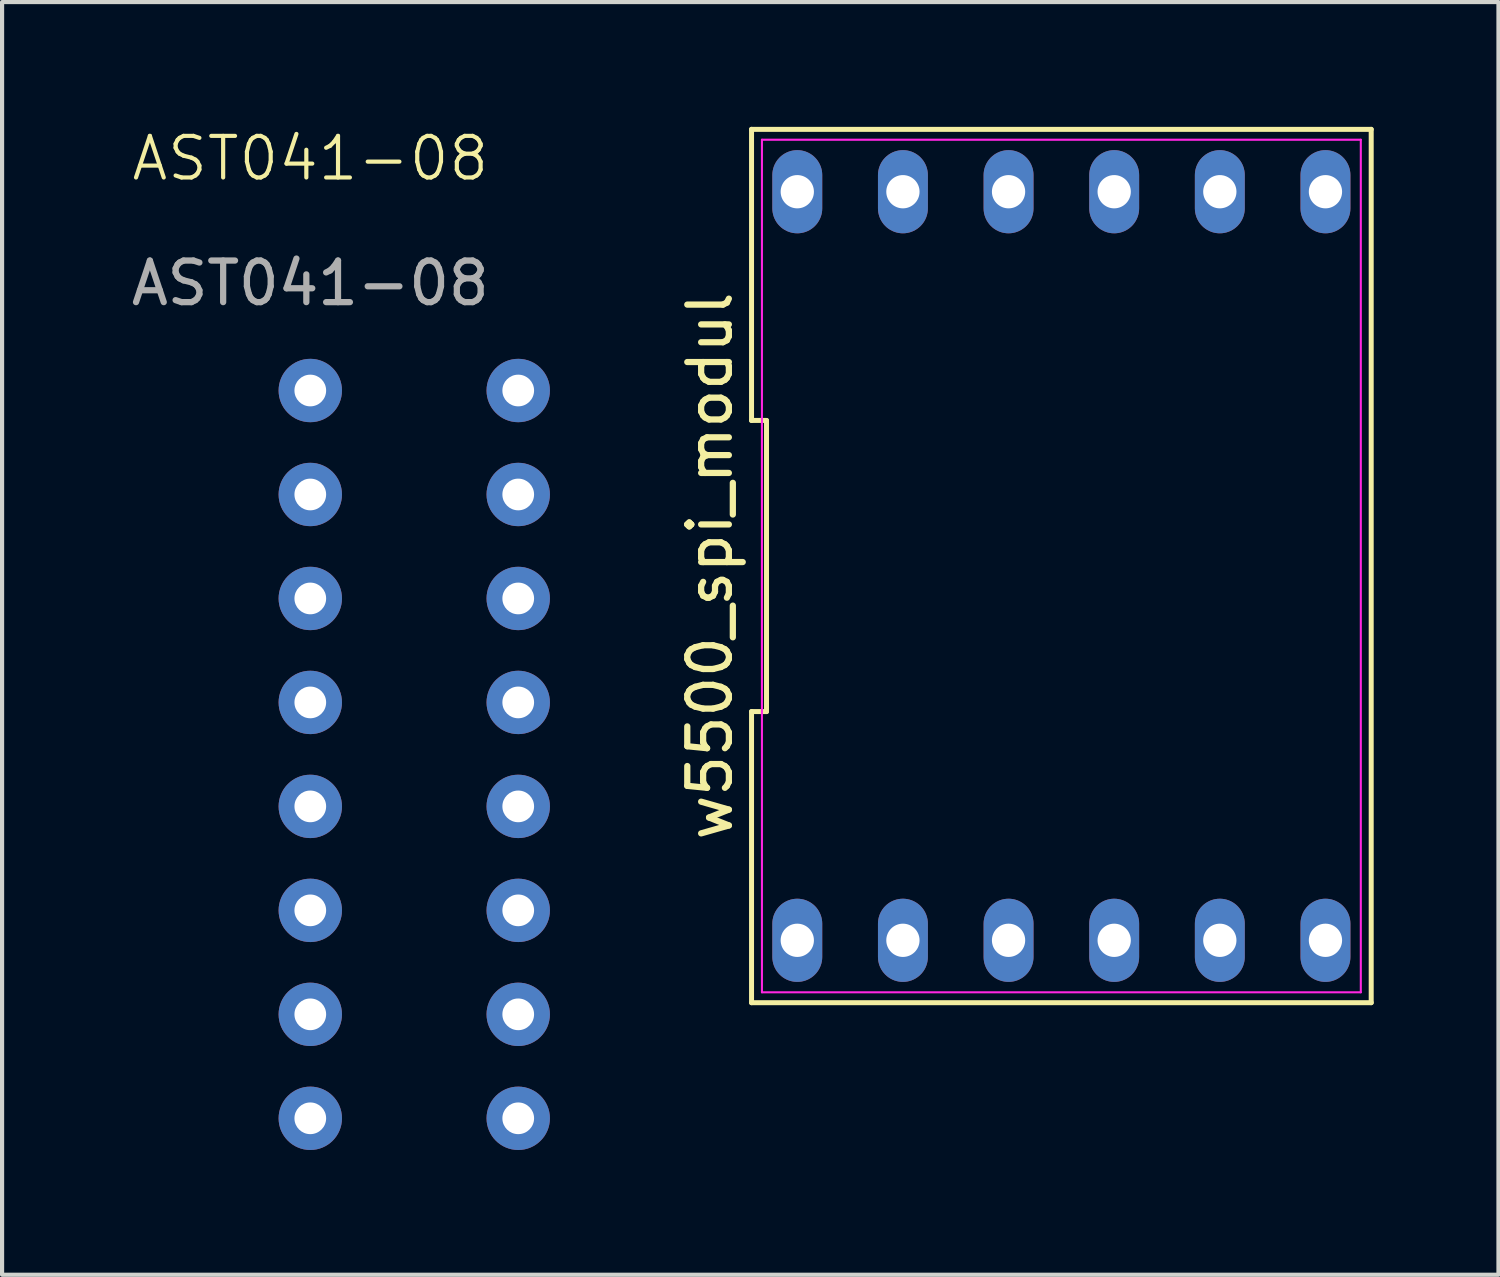
<source format=kicad_pcb>
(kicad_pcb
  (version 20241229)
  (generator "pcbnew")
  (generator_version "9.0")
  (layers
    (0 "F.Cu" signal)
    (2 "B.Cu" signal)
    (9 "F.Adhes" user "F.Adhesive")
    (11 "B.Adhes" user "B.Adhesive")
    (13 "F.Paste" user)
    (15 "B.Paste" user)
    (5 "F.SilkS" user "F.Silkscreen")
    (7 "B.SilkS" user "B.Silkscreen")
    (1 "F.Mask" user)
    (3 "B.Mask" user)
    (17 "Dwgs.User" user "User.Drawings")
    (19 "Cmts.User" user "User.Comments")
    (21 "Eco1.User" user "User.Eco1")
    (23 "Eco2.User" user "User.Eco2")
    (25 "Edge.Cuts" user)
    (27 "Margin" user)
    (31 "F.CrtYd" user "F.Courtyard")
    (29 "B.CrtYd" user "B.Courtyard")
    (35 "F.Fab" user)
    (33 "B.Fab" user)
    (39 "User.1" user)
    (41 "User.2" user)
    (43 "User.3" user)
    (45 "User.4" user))
  (footprint "AST041-08"
    (layer "F.Cu")
    (at 4.411 6.34)
    (property "Reference" "AST041-08" (at 0 -5.58 0) (unlocked yes) (layer "F.SilkS") (effects (font (size 1 1) (thickness 0.1))))
    (attr through_hole)
    (fp_text user "${REFERENCE}" (at 0 -2.58 0) (unlocked yes) (layer "F.Fab") (effects (font (size 1 1) (thickness 0.15))))
    (pad "1" thru_hole circle (at 0 0) (size 1.524 1.524) (drill 0.762) (layers "*.Cu" "*.Mask"))
    (pad "2" thru_hole circle (at 0 2.5) (size 1.524 1.524) (drill 0.762) (layers "*.Cu" "*.Mask"))
    (pad "3" thru_hole circle (at 0 5) (size 1.524 1.524) (drill 0.762) (layers "*.Cu" "*.Mask"))
    (pad "4" thru_hole circle (at 0 7.5) (size 1.524 1.524) (drill 0.762) (layers "*.Cu" "*.Mask"))
    (pad "5" thru_hole circle (at 0 10) (size 1.524 1.524) (drill 0.762) (layers "*.Cu" "*.Mask"))
    (pad "6" thru_hole circle (at 0 12.5) (size 1.524 1.524) (drill 0.762) (layers "*.Cu" "*.Mask"))
    (pad "7" thru_hole circle (at 0 15) (size 1.524 1.524) (drill 0.762) (layers "*.Cu" "*.Mask"))
    (pad "8" thru_hole circle (at 0 17.5) (size 1.524 1.524) (drill 0.762) (layers "*.Cu" "*.Mask"))
    (pad "9" thru_hole circle (at 5 17.5) (size 1.524 1.524) (drill 0.762) (layers "*.Cu" "*.Mask"))
    (pad "10" thru_hole circle (at 5 15) (size 1.524 1.524) (drill 0.762) (layers "*.Cu" "*.Mask"))
    (pad "11" thru_hole circle (at 5 12.5) (size 1.524 1.524) (drill 0.762) (layers "*.Cu" "*.Mask"))
    (pad "12" thru_hole circle (at 5 10) (size 1.524 1.524) (drill 0.762) (layers "*.Cu" "*.Mask"))
    (pad "13" thru_hole circle (at 5 7.5) (size 1.524 1.524) (drill 0.762) (layers "*.Cu" "*.Mask"))
    (pad "14" thru_hole circle (at 5 5) (size 1.524 1.524) (drill 0.762) (layers "*.Cu" "*.Mask"))
    (pad "15" thru_hole circle (at 5 2.5) (size 1.524 1.524) (drill 0.762) (layers "*.Cu" "*.Mask"))
    (pad "16" thru_hole circle (at 5 0) (size 1.524 1.524) (drill 0.762) (layers "*.Cu" "*.Mask")))
  (footprint "w5500_spi_modul"
    (layer "F.Cu")
    (at 22.471 10.56)
    (property "Reference" "w5500_spi_modul" (at -8.45 0 90) (layer "F.SilkS") (effects (font (size 1 1) (thickness 0.15))))
    (fp_line (start -7.45 -3.5) (end -7.09 -3.5) (stroke (width 0.12) (type default)) (layer "F.SilkS"))
    (fp_line (start -7.45 3.5) (end -7.45 10.5) (stroke (width 0.12) (type default)) (layer "F.SilkS"))
    (fp_line (start -7.45 10.5) (end 7.45 10.5) (stroke (width 0.12) (type default)) (layer "F.SilkS"))
    (fp_line (start -7.45 -10.5) (end -7.45 -3.5) (stroke (width 0.12) (type default)) (layer "F.SilkS"))
    (fp_line (start -7.09 -3.5) (end -7.09 3.5) (stroke (width 0.12) (type default)) (layer "F.SilkS"))
    (fp_line (start -7.09 3.5) (end -7.45 3.5) (stroke (width 0.12) (type default)) (layer "F.SilkS"))
    (fp_line (start 7.45 10.5) (end 7.45 -10.5) (stroke (width 0.12) (type default)) (layer "F.SilkS"))
    (fp_line (start 7.45 -10.5) (end -7.45 -10.5) (stroke (width 0.12) (type default)) (layer "F.SilkS"))
    (fp_line (start -7.2 -10.25) (end 7.2 -10.25) (stroke (width 0.05) (type default)) (layer "F.CrtYd"))
    (fp_line (start -7.2 10.25) (end -7.2 -10.25) (stroke (width 0.05) (type default)) (layer "F.CrtYd"))
    (fp_line (start 7.2 -10.25) (end 7.2 10.25) (stroke (width 0.05) (type default)) (layer "F.CrtYd"))
    (fp_line (start 7.2 10.25) (end -7.2 10.25) (stroke (width 0.05) (type default)) (layer "F.CrtYd"))
    (pad "1" thru_hole oval (at -6.35 9) (size 1.2 2) (drill 0.8) (layers "*.Cu" "*.Mask"))
    (pad "2" thru_hole oval (at -3.81 9) (size 1.2 2) (drill 0.8) (layers "*.Cu" "*.Mask"))
    (pad "3" thru_hole oval (at -1.27 9) (size 1.2 2) (drill 0.8) (layers "*.Cu" "*.Mask"))
    (pad "4" thru_hole oval (at 1.27 9) (size 1.2 2) (drill 0.8) (layers "*.Cu" "*.Mask"))
    (pad "5" thru_hole oval (at 3.81 9) (size 1.2 2) (drill 0.8) (layers "*.Cu" "*.Mask"))
    (pad "6" thru_hole oval (at 6.35 9) (size 1.2 2) (drill 0.8) (layers "*.Cu" "*.Mask"))
    (pad "7" thru_hole oval (at 6.35 -9) (size 1.2 2) (drill 0.8) (layers "*.Cu" "*.Mask"))
    (pad "8" thru_hole oval (at 3.81 -9) (size 1.2 2) (drill 0.8) (layers "*.Cu" "*.Mask"))
    (pad "9" thru_hole oval (at 1.27 -9) (size 1.2 2) (drill 0.8) (layers "*.Cu" "*.Mask"))
    (pad "10" thru_hole oval (at -1.27 -9) (size 1.2 2) (drill 0.8) (layers "*.Cu" "*.Mask"))
    (pad "11" thru_hole oval (at -3.81 -9) (size 1.2 2) (drill 0.8) (layers "*.Cu" "*.Mask"))
    (pad "12" thru_hole oval (at -6.35 -9) (size 1.2 2) (drill 0.8) (layers "*.Cu" "*.Mask")))
  (gr_rect
    (start -3 -3)
    (end 32.981 27.602)
    (stroke (width 0.1) (type default))
    (fill no)
    (layer "Edge.Cuts")))
</source>
